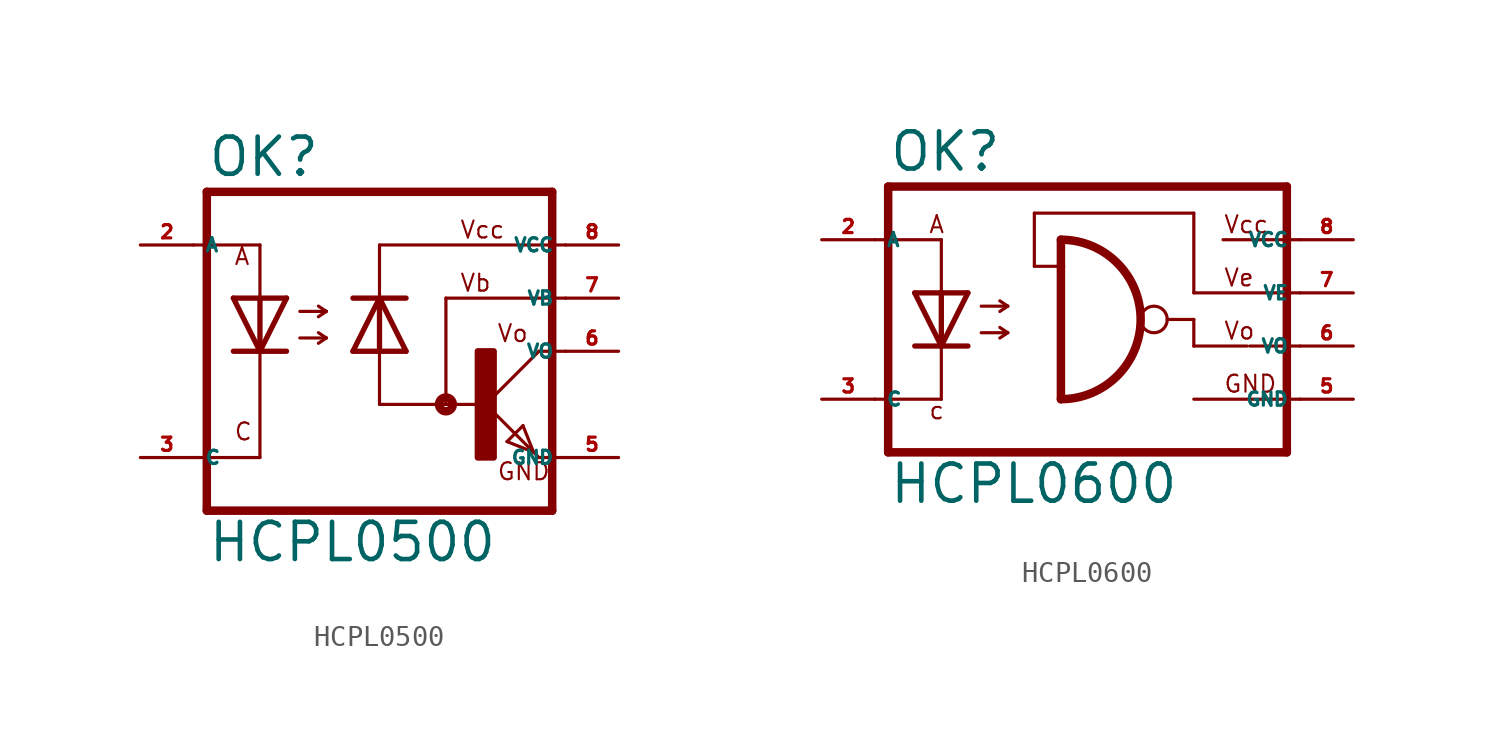
<source format=kicad_sym>
(kicad_symbol_lib
  (version 20220914)
  (generator kicad_symbol_editor)
  (symbol "HCPL0500"
    (property "Reference" "OK"
      (at -9.525 8.255 0)
      (effects (font (size 1.778 1.778) (thickness 0.22)) (justify left bottom)))
    (property "Value" "HCPL0500"
      (at -9.525 -10.16 0)
      (effects (font (size 1.778 1.778) (thickness 0.22)) (justify left bottom)))
    (symbol "HCPL0500_1_1"
      (polyline (pts (xy -10.16 -5.08) (xy -6.985 -5.08)) (stroke (width 0.152) (type default)) (fill (type none)))
      (polyline (pts (xy -10.16 5.08) (xy -6.985 5.08)) (stroke (width 0.152) (type default)) (fill (type none)))
      (polyline (pts (xy -9.525 7.62) (xy -9.525 -7.62)) (stroke (width 0.406) (type default)) (fill (type none)))
      (polyline (pts (xy -6.985 -5.08) (xy -6.985 0)) (stroke (width 0.152) (type default)) (fill (type none)))
      (polyline (pts (xy -6.985 0) (xy -8.255 0)) (stroke (width 0.254) (type default)) (fill (type none)))
      (polyline (pts (xy -6.985 0) (xy -8.255 2.54)) (stroke (width 0.254) (type default)) (fill (type none)))
      (polyline (pts (xy -6.985 2.54) (xy -8.255 2.54)) (stroke (width 0.254) (type default)) (fill (type none)))
      (polyline (pts (xy -6.985 2.54) (xy -6.985 0)) (stroke (width 0.254) (type default)) (fill (type none)))
      (polyline (pts (xy -6.985 2.54) (xy -6.985 5.08)) (stroke (width 0.152) (type default)) (fill (type none)))
      (polyline (pts (xy -5.715 0) (xy -6.985 0)) (stroke (width 0.254) (type default)) (fill (type none)))
      (polyline (pts (xy -5.715 2.54) (xy -6.985 0)) (stroke (width 0.254) (type default)) (fill (type none)))
      (polyline (pts (xy -5.715 2.54) (xy -6.985 2.54)) (stroke (width 0.254) (type default)) (fill (type none)))
      (polyline (pts (xy -5.08 0.635) (xy -3.81 0.635)) (stroke (width 0.152) (type default)) (fill (type none)))
      (polyline (pts (xy -5.08 1.905) (xy -3.81 1.905)) (stroke (width 0.152) (type default)) (fill (type none)))
      (polyline (pts (xy -3.81 0.635) (xy -4.191 0.381)) (stroke (width 0.152) (type default)) (fill (type none)))
      (polyline (pts (xy -3.81 0.635) (xy -4.191 0.889)) (stroke (width 0.152) (type default)) (fill (type none)))
      (polyline (pts (xy -3.81 1.905) (xy -4.191 1.651)) (stroke (width 0.152) (type default)) (fill (type none)))
      (polyline (pts (xy -3.81 1.905) (xy -4.191 2.159)) (stroke (width 0.152) (type default)) (fill (type none)))
      (polyline (pts (xy -2.54 0) (xy -1.27 0)) (stroke (width 0.254) (type default)) (fill (type none)))
      (polyline (pts (xy -2.54 0) (xy -1.27 2.54)) (stroke (width 0.254) (type default)) (fill (type none)))
      (polyline (pts (xy -2.54 2.54) (xy -1.27 2.54)) (stroke (width 0.254) (type default)) (fill (type none)))
      (polyline (pts (xy -1.27 -2.54) (xy -1.27 0)) (stroke (width 0.152) (type default)) (fill (type none)))
      (polyline (pts (xy -1.27 -2.54) (xy 1.905 -2.54)) (stroke (width 0.152) (type default)) (fill (type none)))
      (polyline (pts (xy -1.27 0) (xy -1.27 2.54)) (stroke (width 0.254) (type default)) (fill (type none)))
      (polyline (pts (xy -1.27 0) (xy 0 0)) (stroke (width 0.254) (type default)) (fill (type none)))
      (polyline (pts (xy -1.27 2.54) (xy 0 0)) (stroke (width 0.254) (type default)) (fill (type none)))
      (polyline (pts (xy -1.27 2.54) (xy 0 2.54)) (stroke (width 0.254) (type default)) (fill (type none)))
      (polyline (pts (xy -1.27 5.08) (xy -1.27 2.54)) (stroke (width 0.152) (type default)) (fill (type none)))
      (polyline (pts (xy -1.27 5.08) (xy 7.62 5.08)) (stroke (width 0.152) (type default)) (fill (type none)))
      (polyline (pts (xy 1.905 -2.54) (xy 1.905 2.54)) (stroke (width 0.152) (type default)) (fill (type none)))
      (polyline (pts (xy 1.905 -2.54) (xy 3.81 -2.54)) (stroke (width 0.152) (type default)) (fill (type none)))
      (polyline (pts (xy 1.905 2.54) (xy 7.62 2.54)) (stroke (width 0.152) (type default)) (fill (type none)))
      (polyline (pts (xy 3.81 -2.54) (xy 6.096 -4.826)) (stroke (width 0.152) (type default)) (fill (type none)))
      (polyline (pts (xy 4.826 -4.318) (xy 5.588 -3.556)) (stroke (width 0.152) (type default)) (fill (type none)))
      (polyline (pts (xy 5.588 -3.556) (xy 6.096 -4.826)) (stroke (width 0.152) (type default)) (fill (type none)))
      (polyline (pts (xy 6.096 -4.826) (xy 4.826 -4.318)) (stroke (width 0.152) (type default)) (fill (type none)))
      (polyline (pts (xy 6.096 -4.826) (xy 6.35 -5.08)) (stroke (width 0.152) (type default)) (fill (type none)))
      (polyline (pts (xy 6.35 -5.08) (xy 7.62 -5.08)) (stroke (width 0.152) (type default)) (fill (type none)))
      (polyline (pts (xy 6.35 0) (xy 3.81 -2.54)) (stroke (width 0.152) (type default)) (fill (type none)))
      (polyline (pts (xy 6.35 0) (xy 7.62 0)) (stroke (width 0.152) (type default)) (fill (type none)))
      (polyline (pts (xy 6.985 -7.62) (xy -9.525 -7.62)) (stroke (width 0.406) (type default)) (fill (type none)))
      (polyline (pts (xy 6.985 7.62) (xy -9.525 7.62)) (stroke (width 0.406) (type default)) (fill (type none)))
      (polyline (pts (xy 6.985 7.62) (xy 6.985 -7.62)) (stroke (width 0.406) (type default)) (fill (type none)))
      (circle (center 1.905 -2.54) (radius 0.127) (stroke (width 0.406) (type default)) (fill (type none)))
      (rectangle (start 3.429 -5.08) (end 4.191 0) (stroke (width 0.3) (type default)) (fill (type outline)))
      (text "A" (at -8.255 4.064 0) (effects (font (size 0.813 0.813) (thickness 0.1)) (justify left bottom)))
      (text "C" (at -8.255 -4.318 0) (effects (font (size 0.813 0.813) (thickness 0.1)) (justify left bottom)))
      (text "GND" (at 4.318 -6.223 0) (effects (font (size 0.813 0.813) (thickness 0.1)) (justify left bottom)))
      (text "Vb" (at 2.54 2.794 0) (effects (font (size 0.813 0.813) (thickness 0.1)) (justify left bottom)))
      (text "Vcc" (at 2.54 5.334 0) (effects (font (size 0.813 0.813) (thickness 0.1)) (justify left bottom)))
      (text "Vo" (at 4.318 0.381 0) (effects (font (size 0.813 0.813) (thickness 0.1)) (justify left bottom)))
      (pin passive line (at -12.7 5.08 0) (length 2.54) (name "A" (effects (font (size 0.635 0.635)))) (number "2" (effects (font (size 0.635 0.635)))))
      (pin passive line (at -12.7 -5.08 0) (length 2.54) (name "C" (effects (font (size 0.635 0.635)))) (number "3" (effects (font (size 0.635 0.635)))))
      (pin passive line (at 10.16 -5.08 180) (length 2.54) (name "GND" (effects (font (size 0.635 0.635)))) (number "5" (effects (font (size 0.635 0.635)))))
      (pin passive line (at 10.16 0 180) (length 2.54) (name "VO" (effects (font (size 0.635 0.635)))) (number "6" (effects (font (size 0.635 0.635)))))
      (pin passive line (at 10.16 2.54 180) (length 2.54) (name "VB" (effects (font (size 0.635 0.635)))) (number "7" (effects (font (size 0.635 0.635)))))
      (pin passive line (at 10.16 5.08 180) (length 2.54) (name "VCC" (effects (font (size 0.635 0.635)))) (number "8" (effects (font (size 0.635 0.635)))))))
  (symbol "HCPL0600"
    (property "Reference" "OK"
      (at -9.525 8.255 0)
      (effects (font (size 1.778 1.778) (thickness 0.22)) (justify left bottom)))
    (property "Value" "HCPL0600"
      (at -9.525 -7.62 0)
      (effects (font (size 1.778 1.778) (thickness 0.22)) (justify left bottom)))
    (symbol "HCPL0600_1_1"
      (arc (start -1.27 -2.54) (mid 2.5234 1.27) (end -1.27 5.08) (stroke (width 0.4064) (type default)) (fill (type none)))
      (polyline (pts (xy -10.16 -2.54) (xy -6.985 -2.54)) (stroke (width 0.152) (type default)) (fill (type none)))
      (polyline (pts (xy -10.16 5.08) (xy -6.985 5.08)) (stroke (width 0.152) (type default)) (fill (type none)))
      (polyline (pts (xy -9.525 7.62) (xy -9.525 -5.08)) (stroke (width 0.406) (type default)) (fill (type none)))
      (polyline (pts (xy -6.985 -2.54) (xy -6.985 0)) (stroke (width 0.152) (type default)) (fill (type none)))
      (polyline (pts (xy -6.985 0) (xy -8.255 0)) (stroke (width 0.254) (type default)) (fill (type none)))
      (polyline (pts (xy -6.985 0) (xy -8.255 2.54)) (stroke (width 0.254) (type default)) (fill (type none)))
      (polyline (pts (xy -6.985 2.54) (xy -8.255 2.54)) (stroke (width 0.254) (type default)) (fill (type none)))
      (polyline (pts (xy -6.985 2.54) (xy -6.985 0)) (stroke (width 0.254) (type default)) (fill (type none)))
      (polyline (pts (xy -6.985 2.54) (xy -6.985 5.08)) (stroke (width 0.152) (type default)) (fill (type none)))
      (polyline (pts (xy -5.715 0) (xy -6.985 0)) (stroke (width 0.254) (type default)) (fill (type none)))
      (polyline (pts (xy -5.715 2.54) (xy -6.985 0)) (stroke (width 0.254) (type default)) (fill (type none)))
      (polyline (pts (xy -5.715 2.54) (xy -6.985 2.54)) (stroke (width 0.254) (type default)) (fill (type none)))
      (polyline (pts (xy -5.08 0.635) (xy -3.81 0.635)) (stroke (width 0.152) (type default)) (fill (type none)))
      (polyline (pts (xy -5.08 1.905) (xy -3.81 1.905)) (stroke (width 0.152) (type default)) (fill (type none)))
      (polyline (pts (xy -3.81 0.635) (xy -4.191 0.381)) (stroke (width 0.152) (type default)) (fill (type none)))
      (polyline (pts (xy -3.81 0.635) (xy -4.191 0.889)) (stroke (width 0.152) (type default)) (fill (type none)))
      (polyline (pts (xy -3.81 1.905) (xy -4.191 1.651)) (stroke (width 0.152) (type default)) (fill (type none)))
      (polyline (pts (xy -3.81 1.905) (xy -4.191 2.159)) (stroke (width 0.152) (type default)) (fill (type none)))
      (polyline (pts (xy -2.54 3.81) (xy -2.54 6.35)) (stroke (width 0.152) (type default)) (fill (type none)))
      (polyline (pts (xy -2.54 6.35) (xy 5.08 6.35)) (stroke (width 0.152) (type default)) (fill (type none)))
      (polyline (pts (xy -1.27 3.81) (xy -2.54 3.81)) (stroke (width 0.152) (type default)) (fill (type none)))
      (polyline (pts (xy -1.27 3.81) (xy -1.27 -2.54)) (stroke (width 0.406) (type default)) (fill (type none)))
      (polyline (pts (xy -1.27 5.08) (xy -1.27 3.81)) (stroke (width 0.406) (type default)) (fill (type none)))
      (polyline (pts (xy 3.81 1.27) (xy 5.08 1.27)) (stroke (width 0.152) (type default)) (fill (type none)))
      (polyline (pts (xy 5.08 -2.54) (xy 10.16 -2.54)) (stroke (width 0.152) (type default)) (fill (type none)))
      (polyline (pts (xy 5.08 0) (xy 7.62 0)) (stroke (width 0.152) (type default)) (fill (type none)))
      (polyline (pts (xy 5.08 1.27) (xy 5.08 0)) (stroke (width 0.152) (type default)) (fill (type none)))
      (polyline (pts (xy 5.08 2.54) (xy 10.16 2.54)) (stroke (width 0.152) (type default)) (fill (type none)))
      (polyline (pts (xy 5.08 6.35) (xy 5.08 2.54)) (stroke (width 0.152) (type default)) (fill (type none)))
      (polyline (pts (xy 6.477 5.08) (xy 10.16 5.08)) (stroke (width 0.152) (type default)) (fill (type none)))
      (polyline (pts (xy 7.747 0) (xy 10.16 0)) (stroke (width 0.152) (type default)) (fill (type none)))
      (polyline (pts (xy 9.525 -5.08) (xy -9.525 -5.08)) (stroke (width 0.406) (type default)) (fill (type none)))
      (polyline (pts (xy 9.525 7.62) (xy -9.525 7.62)) (stroke (width 0.406) (type default)) (fill (type none)))
      (polyline (pts (xy 9.525 7.62) (xy 9.525 -5.08)) (stroke (width 0.406) (type default)) (fill (type none)))
      (circle (center 3.175 1.27) (radius 0.635) (stroke (width 0.152) (type default)) (fill (type none)))
      (text "A" (at -7.62 5.334 0) (effects (font (size 0.813 0.813) (thickness 0.1)) (justify left bottom)))
      (text "c" (at -7.62 -3.556 0) (effects (font (size 0.813 0.813) (thickness 0.1)) (justify left bottom)))
      (text "GND" (at 6.477 -2.286 0) (effects (font (size 0.813 0.813) (thickness 0.1)) (justify left bottom)))
      (text "Vcc" (at 6.477 5.334 0) (effects (font (size 0.813 0.813) (thickness 0.1)) (justify left bottom)))
      (text "Ve" (at 6.477 2.794 0) (effects (font (size 0.813 0.813) (thickness 0.1)) (justify left bottom)))
      (text "Vo" (at 6.477 0.254 0) (effects (font (size 0.813 0.813) (thickness 0.1)) (justify left bottom)))
      (pin passive line (at -12.7 5.08 0) (length 2.54) (name "A" (effects (font (size 0.635 0.635)))) (number "2" (effects (font (size 0.635 0.635)))))
      (pin passive line (at -12.7 -2.54 0) (length 2.54) (name "C" (effects (font (size 0.635 0.635)))) (number "3" (effects (font (size 0.635 0.635)))))
      (pin passive line (at 12.7 -2.54 180) (length 2.54) (name "GND" (effects (font (size 0.635 0.635)))) (number "5" (effects (font (size 0.635 0.635)))))
      (pin passive line (at 12.7 0 180) (length 2.54) (name "VO" (effects (font (size 0.635 0.635)))) (number "6" (effects (font (size 0.635 0.635)))))
      (pin passive line (at 12.7 2.54 180) (length 2.54) (name "VE" (effects (font (size 0.635 0.635)))) (number "7" (effects (font (size 0.635 0.635)))))
      (pin passive line (at 12.7 5.08 180) (length 2.54) (name "VCC" (effects (font (size 0.635 0.635)))) (number "8" (effects (font (size 0.635 0.635))))))))
</source>
